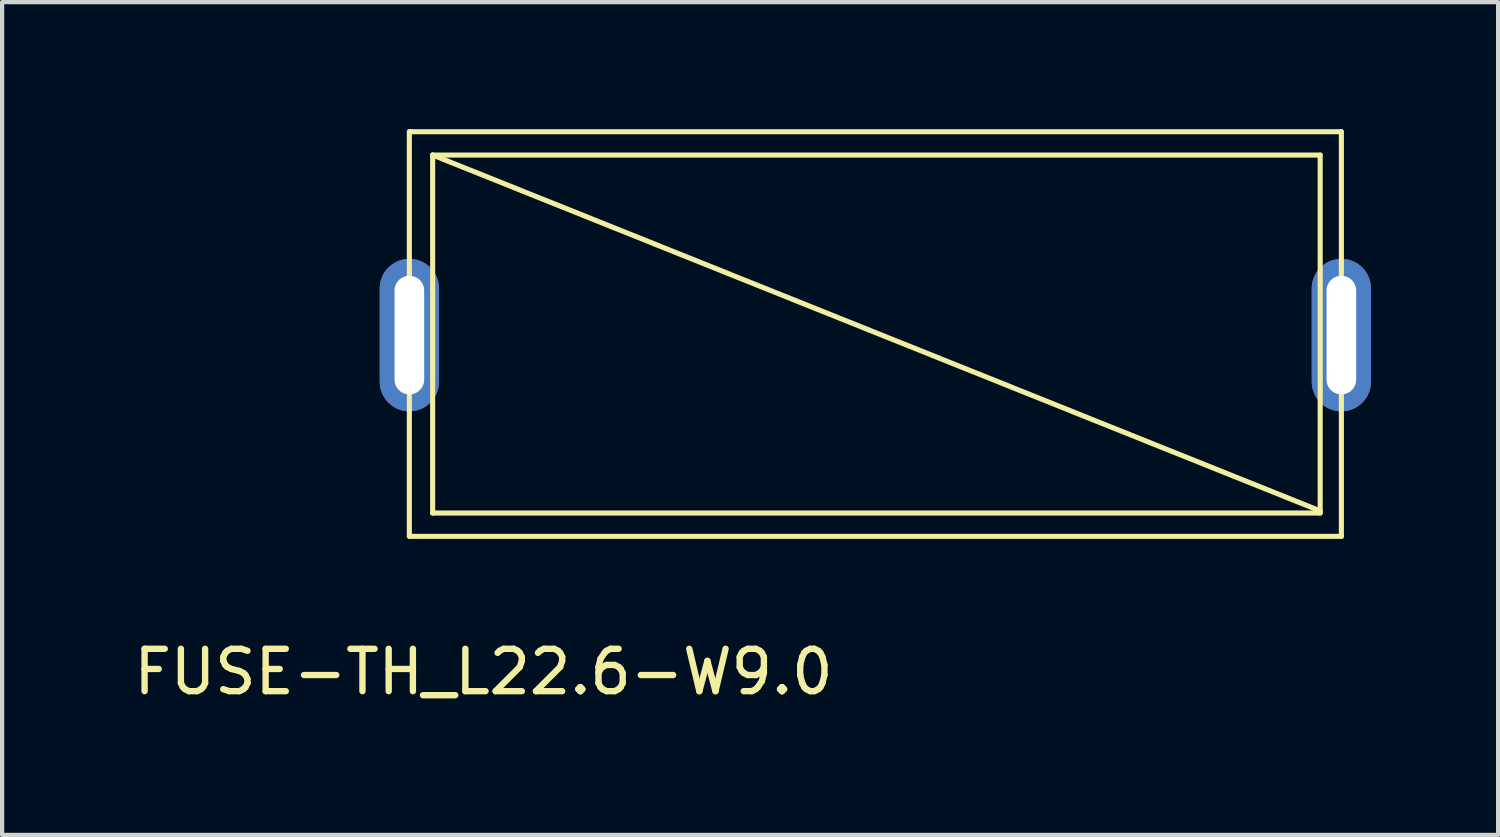
<source format=kicad_pcb>
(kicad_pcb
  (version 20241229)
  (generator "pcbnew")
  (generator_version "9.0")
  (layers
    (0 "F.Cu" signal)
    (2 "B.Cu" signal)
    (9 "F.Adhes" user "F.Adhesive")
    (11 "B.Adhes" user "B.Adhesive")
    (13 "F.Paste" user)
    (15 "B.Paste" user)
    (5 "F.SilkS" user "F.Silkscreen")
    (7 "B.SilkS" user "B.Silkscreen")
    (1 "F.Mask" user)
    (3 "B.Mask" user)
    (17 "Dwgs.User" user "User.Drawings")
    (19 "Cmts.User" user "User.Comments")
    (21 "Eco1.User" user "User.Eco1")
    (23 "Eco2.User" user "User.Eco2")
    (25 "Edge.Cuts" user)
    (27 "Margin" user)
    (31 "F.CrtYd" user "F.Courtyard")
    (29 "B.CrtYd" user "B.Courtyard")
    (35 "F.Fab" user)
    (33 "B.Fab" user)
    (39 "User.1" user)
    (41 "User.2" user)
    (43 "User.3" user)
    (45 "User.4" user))
  (footprint "FUSE-TH_L22.6-W9.0"
    (layer "F.Cu")
    (at 6.613 9.61)
    (property "Reference" "FUSE-TH_L22.6-W9.0" (at 1.75 3.2 0) (layer "F.SilkS") (effects (font (size 1 1) (thickness 0.15))))
    (attr through_hole)
    (fp_line (start 0 -9.55) (end 0 0) (stroke (width 0.12) (type solid)) (layer "F.SilkS"))
    (fp_line (start 0 0) (end 22 0) (stroke (width 0.12) (type solid)) (layer "F.SilkS"))
    (fp_line (start 0.05 -9.55) (end 0 -9.55) (stroke (width 0.12) (type solid)) (layer "F.SilkS"))
    (fp_line (start 0.55 -9) (end 21.5 -9) (stroke (width 0.12) (type solid)) (layer "F.SilkS"))
    (fp_line (start 0.55 -9) (end 21.5 -0.6) (stroke (width 0.12) (type solid)) (layer "F.SilkS"))
    (fp_line (start 0.55 -0.55) (end 0.55 -9) (stroke (width 0.12) (type solid)) (layer "F.SilkS"))
    (fp_line (start 21.5 -9) (end 21.5 -0.55) (stroke (width 0.12) (type solid)) (layer "F.SilkS"))
    (fp_line (start 21.5 -0.55) (end 0.55 -0.55) (stroke (width 0.12) (type solid)) (layer "F.SilkS"))
    (fp_line (start 22 -9.55) (end 0.05 -9.55) (stroke (width 0.12) (type solid)) (layer "F.SilkS"))
    (fp_line (start 22 0) (end 22 -9.55) (stroke (width 0.12) (type solid)) (layer "F.SilkS"))
    (pad "1" thru_hole oval (at 0 -4.75) (size 1.4 3.6) (drill oval 0.7 2.8) (layers "*.Cu" "*.Mask"))
    (pad "2" thru_hole oval (at 22 -4.75) (size 1.4 3.6) (drill oval 0.7 2.8) (layers "*.Cu" "*.Mask")))
  (gr_rect
    (start -3 -3)
    (end 32.313 16.658)
    (stroke (width 0.1) (type default))
    (fill no)
    (layer "Edge.Cuts")))
</source>
